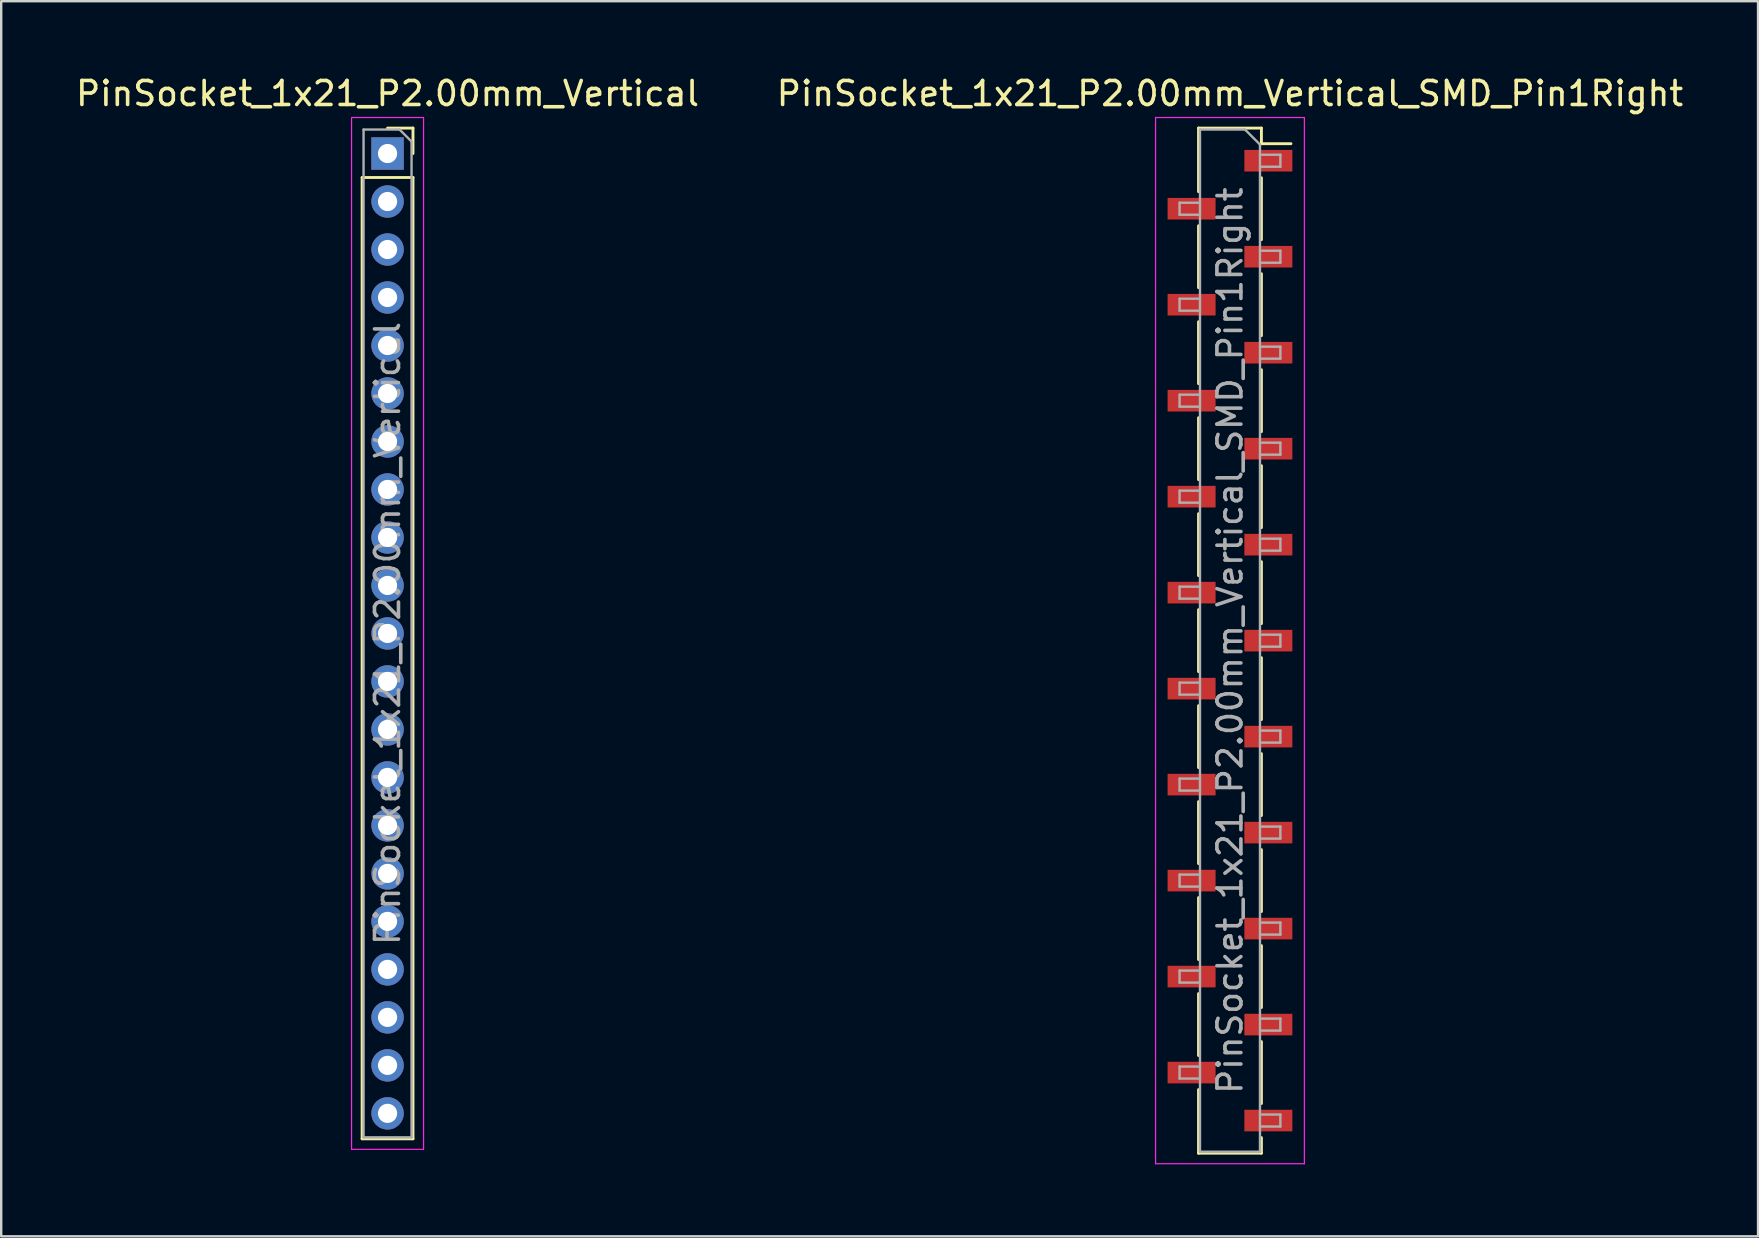
<source format=kicad_pcb>
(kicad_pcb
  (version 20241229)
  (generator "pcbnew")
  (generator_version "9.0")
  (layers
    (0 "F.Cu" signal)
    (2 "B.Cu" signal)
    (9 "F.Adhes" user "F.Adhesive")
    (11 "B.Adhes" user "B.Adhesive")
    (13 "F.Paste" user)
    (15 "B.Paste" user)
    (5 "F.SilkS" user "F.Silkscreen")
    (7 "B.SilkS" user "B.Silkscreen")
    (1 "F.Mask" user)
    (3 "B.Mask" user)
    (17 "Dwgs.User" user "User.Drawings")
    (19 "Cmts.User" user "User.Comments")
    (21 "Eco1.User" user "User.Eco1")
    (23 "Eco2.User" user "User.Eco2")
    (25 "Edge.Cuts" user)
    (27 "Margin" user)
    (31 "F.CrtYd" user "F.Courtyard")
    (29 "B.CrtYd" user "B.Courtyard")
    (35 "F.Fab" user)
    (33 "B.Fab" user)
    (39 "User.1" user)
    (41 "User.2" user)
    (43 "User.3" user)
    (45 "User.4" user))
  (footprint "PinSocket_1x21_P2.00mm_Vertical"
    (layer "F.Cu")
    (at 13.101 3.348)
    (property "Reference" "PinSocket_1x21_P2.00mm_Vertical" (at 0 -2.5 0) (layer "F.SilkS") (effects (font (size 1 1) (thickness 0.15))))
    (attr through_hole)
    (fp_line (start -1.06 1) (end -1.06 41.06) (stroke (width 0.12) (type solid)) (layer "F.SilkS"))
    (fp_line (start -1.06 1) (end 1.06 1) (stroke (width 0.12) (type solid)) (layer "F.SilkS"))
    (fp_line (start -1.06 41.06) (end 1.06 41.06) (stroke (width 0.12) (type solid)) (layer "F.SilkS"))
    (fp_line (start 0 -1.06) (end 1.06 -1.06) (stroke (width 0.12) (type solid)) (layer "F.SilkS"))
    (fp_line (start 1.06 -1.06) (end 1.06 0) (stroke (width 0.12) (type solid)) (layer "F.SilkS"))
    (fp_line (start 1.06 1) (end 1.06 41.06) (stroke (width 0.12) (type solid)) (layer "F.SilkS"))
    (fp_line (start -1.5 -1.5) (end 1.5 -1.5) (stroke (width 0.05) (type solid)) (layer "F.CrtYd"))
    (fp_line (start -1.5 41.5) (end -1.5 -1.5) (stroke (width 0.05) (type solid)) (layer "F.CrtYd"))
    (fp_line (start 1.5 -1.5) (end 1.5 41.5) (stroke (width 0.05) (type solid)) (layer "F.CrtYd"))
    (fp_line (start 1.5 41.5) (end -1.5 41.5) (stroke (width 0.05) (type solid)) (layer "F.CrtYd"))
    (fp_line (start -1 -1) (end 0.5 -1) (stroke (width 0.1) (type solid)) (layer "F.Fab"))
    (fp_line (start -1 41) (end -1 -1) (stroke (width 0.1) (type solid)) (layer "F.Fab"))
    (fp_line (start 0.5 -1) (end 1 -0.5) (stroke (width 0.1) (type solid)) (layer "F.Fab"))
    (fp_line (start 1 -0.5) (end 1 41) (stroke (width 0.1) (type solid)) (layer "F.Fab"))
    (fp_line (start 1 41) (end -1 41) (stroke (width 0.1) (type solid)) (layer "F.Fab"))
    (fp_text user "${REFERENCE}" (at 0 20 90) (layer "F.Fab") (effects (font (size 1 1) (thickness 0.15))))
    (pad "1" thru_hole rect (at 0 0) (size 1.35 1.35) (drill 0.8) (layers "*.Cu" "*.Mask"))
    (pad "2" thru_hole oval (at 0 2) (size 1.35 1.35) (drill 0.8) (layers "*.Cu" "*.Mask"))
    (pad "3" thru_hole oval (at 0 4) (size 1.35 1.35) (drill 0.8) (layers "*.Cu" "*.Mask"))
    (pad "4" thru_hole oval (at 0 6) (size 1.35 1.35) (drill 0.8) (layers "*.Cu" "*.Mask"))
    (pad "5" thru_hole oval (at 0 8) (size 1.35 1.35) (drill 0.8) (layers "*.Cu" "*.Mask"))
    (pad "6" thru_hole oval (at 0 10) (size 1.35 1.35) (drill 0.8) (layers "*.Cu" "*.Mask"))
    (pad "7" thru_hole oval (at 0 12) (size 1.35 1.35) (drill 0.8) (layers "*.Cu" "*.Mask"))
    (pad "8" thru_hole oval (at 0 14) (size 1.35 1.35) (drill 0.8) (layers "*.Cu" "*.Mask"))
    (pad "9" thru_hole oval (at 0 16) (size 1.35 1.35) (drill 0.8) (layers "*.Cu" "*.Mask"))
    (pad "10" thru_hole oval (at 0 18) (size 1.35 1.35) (drill 0.8) (layers "*.Cu" "*.Mask"))
    (pad "11" thru_hole oval (at 0 20) (size 1.35 1.35) (drill 0.8) (layers "*.Cu" "*.Mask"))
    (pad "12" thru_hole oval (at 0 22) (size 1.35 1.35) (drill 0.8) (layers "*.Cu" "*.Mask"))
    (pad "13" thru_hole oval (at 0 24) (size 1.35 1.35) (drill 0.8) (layers "*.Cu" "*.Mask"))
    (pad "14" thru_hole oval (at 0 26) (size 1.35 1.35) (drill 0.8) (layers "*.Cu" "*.Mask"))
    (pad "15" thru_hole oval (at 0 28) (size 1.35 1.35) (drill 0.8) (layers "*.Cu" "*.Mask"))
    (pad "16" thru_hole oval (at 0 30) (size 1.35 1.35) (drill 0.8) (layers "*.Cu" "*.Mask"))
    (pad "17" thru_hole oval (at 0 32) (size 1.35 1.35) (drill 0.8) (layers "*.Cu" "*.Mask"))
    (pad "18" thru_hole oval (at 0 34) (size 1.35 1.35) (drill 0.8) (layers "*.Cu" "*.Mask"))
    (pad "19" thru_hole oval (at 0 36) (size 1.35 1.35) (drill 0.8) (layers "*.Cu" "*.Mask"))
    (pad "20" thru_hole oval (at 0 38) (size 1.35 1.35) (drill 0.8) (layers "*.Cu" "*.Mask"))
    (pad "21" thru_hole oval (at 0 40) (size 1.35 1.35) (drill 0.8) (layers "*.Cu" "*.Mask")))
  (footprint "PinSocket_1x21_P2.00mm_Vertical_SMD_Pin1Right"
    (layer "F.Cu")
    (at 48.208 23.648)
    (property "Reference" "PinSocket_1x21_P2.00mm_Vertical_SMD_Pin1Right" (at 0 -22.8 0) (layer "F.SilkS") (effects (font (size 1 1) (thickness 0.15))))
    (attr smd)
    (fp_line (start -1.31 -21.36) (end -1.31 -18.71) (stroke (width 0.12) (type solid)) (layer "F.SilkS"))
    (fp_line (start -1.31 -21.36) (end 1.31 -21.36) (stroke (width 0.12) (type solid)) (layer "F.SilkS"))
    (fp_line (start -1.31 -17.29) (end -1.31 -14.71) (stroke (width 0.12) (type solid)) (layer "F.SilkS"))
    (fp_line (start -1.31 -13.29) (end -1.31 -10.71) (stroke (width 0.12) (type solid)) (layer "F.SilkS"))
    (fp_line (start -1.31 -9.29) (end -1.31 -6.71) (stroke (width 0.12) (type solid)) (layer "F.SilkS"))
    (fp_line (start -1.31 -5.29) (end -1.31 -2.71) (stroke (width 0.12) (type solid)) (layer "F.SilkS"))
    (fp_line (start -1.31 -1.29) (end -1.31 1.29) (stroke (width 0.12) (type solid)) (layer "F.SilkS"))
    (fp_line (start -1.31 2.71) (end -1.31 5.29) (stroke (width 0.12) (type solid)) (layer "F.SilkS"))
    (fp_line (start -1.31 6.71) (end -1.31 9.29) (stroke (width 0.12) (type solid)) (layer "F.SilkS"))
    (fp_line (start -1.31 10.71) (end -1.31 13.29) (stroke (width 0.12) (type solid)) (layer "F.SilkS"))
    (fp_line (start -1.31 14.71) (end -1.31 17.29) (stroke (width 0.12) (type solid)) (layer "F.SilkS"))
    (fp_line (start -1.31 18.71) (end -1.31 21.36) (stroke (width 0.12) (type solid)) (layer "F.SilkS"))
    (fp_line (start -1.31 21.36) (end 1.31 21.36) (stroke (width 0.12) (type solid)) (layer "F.SilkS"))
    (fp_line (start 1.31 -21.36) (end 1.31 -20.71) (stroke (width 0.12) (type solid)) (layer "F.SilkS"))
    (fp_line (start 1.31 -20.71) (end 2.54 -20.71) (stroke (width 0.12) (type solid)) (layer "F.SilkS"))
    (fp_line (start 1.31 -19.29) (end 1.31 -16.71) (stroke (width 0.12) (type solid)) (layer "F.SilkS"))
    (fp_line (start 1.31 -15.29) (end 1.31 -12.71) (stroke (width 0.12) (type solid)) (layer "F.SilkS"))
    (fp_line (start 1.31 -11.29) (end 1.31 -8.71) (stroke (width 0.12) (type solid)) (layer "F.SilkS"))
    (fp_line (start 1.31 -7.29) (end 1.31 -4.71) (stroke (width 0.12) (type solid)) (layer "F.SilkS"))
    (fp_line (start 1.31 -3.29) (end 1.31 -0.71) (stroke (width 0.12) (type solid)) (layer "F.SilkS"))
    (fp_line (start 1.31 0.71) (end 1.31 3.29) (stroke (width 0.12) (type solid)) (layer "F.SilkS"))
    (fp_line (start 1.31 4.71) (end 1.31 7.29) (stroke (width 0.12) (type solid)) (layer "F.SilkS"))
    (fp_line (start 1.31 8.71) (end 1.31 11.29) (stroke (width 0.12) (type solid)) (layer "F.SilkS"))
    (fp_line (start 1.31 12.71) (end 1.31 15.29) (stroke (width 0.12) (type solid)) (layer "F.SilkS"))
    (fp_line (start 1.31 16.71) (end 1.31 19.29) (stroke (width 0.12) (type solid)) (layer "F.SilkS"))
    (fp_line (start 1.31 20.71) (end 1.31 21.36) (stroke (width 0.12) (type solid)) (layer "F.SilkS"))
    (fp_line (start -3.1 -21.8) (end 3.1 -21.8) (stroke (width 0.05) (type solid)) (layer "F.CrtYd"))
    (fp_line (start -3.1 21.8) (end -3.1 -21.8) (stroke (width 0.05) (type solid)) (layer "F.CrtYd"))
    (fp_line (start 3.1 -21.8) (end 3.1 21.8) (stroke (width 0.05) (type solid)) (layer "F.CrtYd"))
    (fp_line (start 3.1 21.8) (end -3.1 21.8) (stroke (width 0.05) (type solid)) (layer "F.CrtYd"))
    (fp_line (start -2.1 -18.25) (end -1.25 -18.25) (stroke (width 0.1) (type solid)) (layer "F.Fab"))
    (fp_line (start -2.1 -17.75) (end -2.1 -18.25) (stroke (width 0.1) (type solid)) (layer "F.Fab"))
    (fp_line (start -2.1 -14.25) (end -1.25 -14.25) (stroke (width 0.1) (type solid)) (layer "F.Fab"))
    (fp_line (start -2.1 -13.75) (end -2.1 -14.25) (stroke (width 0.1) (type solid)) (layer "F.Fab"))
    (fp_line (start -2.1 -10.25) (end -1.25 -10.25) (stroke (width 0.1) (type solid)) (layer "F.Fab"))
    (fp_line (start -2.1 -9.75) (end -2.1 -10.25) (stroke (width 0.1) (type solid)) (layer "F.Fab"))
    (fp_line (start -2.1 -6.25) (end -1.25 -6.25) (stroke (width 0.1) (type solid)) (layer "F.Fab"))
    (fp_line (start -2.1 -5.75) (end -2.1 -6.25) (stroke (width 0.1) (type solid)) (layer "F.Fab"))
    (fp_line (start -2.1 -2.25) (end -1.25 -2.25) (stroke (width 0.1) (type solid)) (layer "F.Fab"))
    (fp_line (start -2.1 -1.75) (end -2.1 -2.25) (stroke (width 0.1) (type solid)) (layer "F.Fab"))
    (fp_line (start -2.1 1.75) (end -1.25 1.75) (stroke (width 0.1) (type solid)) (layer "F.Fab"))
    (fp_line (start -2.1 2.25) (end -2.1 1.75) (stroke (width 0.1) (type solid)) (layer "F.Fab"))
    (fp_line (start -2.1 5.75) (end -1.25 5.75) (stroke (width 0.1) (type solid)) (layer "F.Fab"))
    (fp_line (start -2.1 6.25) (end -2.1 5.75) (stroke (width 0.1) (type solid)) (layer "F.Fab"))
    (fp_line (start -2.1 9.75) (end -1.25 9.75) (stroke (width 0.1) (type solid)) (layer "F.Fab"))
    (fp_line (start -2.1 10.25) (end -2.1 9.75) (stroke (width 0.1) (type solid)) (layer "F.Fab"))
    (fp_line (start -2.1 13.75) (end -1.25 13.75) (stroke (width 0.1) (type solid)) (layer "F.Fab"))
    (fp_line (start -2.1 14.25) (end -2.1 13.75) (stroke (width 0.1) (type solid)) (layer "F.Fab"))
    (fp_line (start -2.1 17.75) (end -1.25 17.75) (stroke (width 0.1) (type solid)) (layer "F.Fab"))
    (fp_line (start -2.1 18.25) (end -2.1 17.75) (stroke (width 0.1) (type solid)) (layer "F.Fab"))
    (fp_line (start -1.25 -21.3) (end 0.625 -21.3) (stroke (width 0.1) (type solid)) (layer "F.Fab"))
    (fp_line (start -1.25 -17.75) (end -2.1 -17.75) (stroke (width 0.1) (type solid)) (layer "F.Fab"))
    (fp_line (start -1.25 -13.75) (end -2.1 -13.75) (stroke (width 0.1) (type solid)) (layer "F.Fab"))
    (fp_line (start -1.25 -9.75) (end -2.1 -9.75) (stroke (width 0.1) (type solid)) (layer "F.Fab"))
    (fp_line (start -1.25 -5.75) (end -2.1 -5.75) (stroke (width 0.1) (type solid)) (layer "F.Fab"))
    (fp_line (start -1.25 -1.75) (end -2.1 -1.75) (stroke (width 0.1) (type solid)) (layer "F.Fab"))
    (fp_line (start -1.25 2.25) (end -2.1 2.25) (stroke (width 0.1) (type solid)) (layer "F.Fab"))
    (fp_line (start -1.25 6.25) (end -2.1 6.25) (stroke (width 0.1) (type solid)) (layer "F.Fab"))
    (fp_line (start -1.25 10.25) (end -2.1 10.25) (stroke (width 0.1) (type solid)) (layer "F.Fab"))
    (fp_line (start -1.25 14.25) (end -2.1 14.25) (stroke (width 0.1) (type solid)) (layer "F.Fab"))
    (fp_line (start -1.25 18.25) (end -2.1 18.25) (stroke (width 0.1) (type solid)) (layer "F.Fab"))
    (fp_line (start -1.25 21.3) (end -1.25 -21.3) (stroke (width 0.1) (type solid)) (layer "F.Fab"))
    (fp_line (start 0.625 -21.3) (end 1.25 -20.675) (stroke (width 0.1) (type solid)) (layer "F.Fab"))
    (fp_line (start 1.25 -20.675) (end 1.25 21.3) (stroke (width 0.1) (type solid)) (layer "F.Fab"))
    (fp_line (start 1.25 -20.25) (end 2.1 -20.25) (stroke (width 0.1) (type solid)) (layer "F.Fab"))
    (fp_line (start 1.25 -16.25) (end 2.1 -16.25) (stroke (width 0.1) (type solid)) (layer "F.Fab"))
    (fp_line (start 1.25 -12.25) (end 2.1 -12.25) (stroke (width 0.1) (type solid)) (layer "F.Fab"))
    (fp_line (start 1.25 -8.25) (end 2.1 -8.25) (stroke (width 0.1) (type solid)) (layer "F.Fab"))
    (fp_line (start 1.25 -4.25) (end 2.1 -4.25) (stroke (width 0.1) (type solid)) (layer "F.Fab"))
    (fp_line (start 1.25 -0.25) (end 2.1 -0.25) (stroke (width 0.1) (type solid)) (layer "F.Fab"))
    (fp_line (start 1.25 3.75) (end 2.1 3.75) (stroke (width 0.1) (type solid)) (layer "F.Fab"))
    (fp_line (start 1.25 7.75) (end 2.1 7.75) (stroke (width 0.1) (type solid)) (layer "F.Fab"))
    (fp_line (start 1.25 11.75) (end 2.1 11.75) (stroke (width 0.1) (type solid)) (layer "F.Fab"))
    (fp_line (start 1.25 15.75) (end 2.1 15.75) (stroke (width 0.1) (type solid)) (layer "F.Fab"))
    (fp_line (start 1.25 19.75) (end 2.1 19.75) (stroke (width 0.1) (type solid)) (layer "F.Fab"))
    (fp_line (start 1.25 21.3) (end -1.25 21.3) (stroke (width 0.1) (type solid)) (layer "F.Fab"))
    (fp_line (start 2.1 -20.25) (end 2.1 -19.75) (stroke (width 0.1) (type solid)) (layer "F.Fab"))
    (fp_line (start 2.1 -19.75) (end 1.25 -19.75) (stroke (width 0.1) (type solid)) (layer "F.Fab"))
    (fp_line (start 2.1 -16.25) (end 2.1 -15.75) (stroke (width 0.1) (type solid)) (layer "F.Fab"))
    (fp_line (start 2.1 -15.75) (end 1.25 -15.75) (stroke (width 0.1) (type solid)) (layer "F.Fab"))
    (fp_line (start 2.1 -12.25) (end 2.1 -11.75) (stroke (width 0.1) (type solid)) (layer "F.Fab"))
    (fp_line (start 2.1 -11.75) (end 1.25 -11.75) (stroke (width 0.1) (type solid)) (layer "F.Fab"))
    (fp_line (start 2.1 -8.25) (end 2.1 -7.75) (stroke (width 0.1) (type solid)) (layer "F.Fab"))
    (fp_line (start 2.1 -7.75) (end 1.25 -7.75) (stroke (width 0.1) (type solid)) (layer "F.Fab"))
    (fp_line (start 2.1 -4.25) (end 2.1 -3.75) (stroke (width 0.1) (type solid)) (layer "F.Fab"))
    (fp_line (start 2.1 -3.75) (end 1.25 -3.75) (stroke (width 0.1) (type solid)) (layer "F.Fab"))
    (fp_line (start 2.1 -0.25) (end 2.1 0.25) (stroke (width 0.1) (type solid)) (layer "F.Fab"))
    (fp_line (start 2.1 0.25) (end 1.25 0.25) (stroke (width 0.1) (type solid)) (layer "F.Fab"))
    (fp_line (start 2.1 3.75) (end 2.1 4.25) (stroke (width 0.1) (type solid)) (layer "F.Fab"))
    (fp_line (start 2.1 4.25) (end 1.25 4.25) (stroke (width 0.1) (type solid)) (layer "F.Fab"))
    (fp_line (start 2.1 7.75) (end 2.1 8.25) (stroke (width 0.1) (type solid)) (layer "F.Fab"))
    (fp_line (start 2.1 8.25) (end 1.25 8.25) (stroke (width 0.1) (type solid)) (layer "F.Fab"))
    (fp_line (start 2.1 11.75) (end 2.1 12.25) (stroke (width 0.1) (type solid)) (layer "F.Fab"))
    (fp_line (start 2.1 12.25) (end 1.25 12.25) (stroke (width 0.1) (type solid)) (layer "F.Fab"))
    (fp_line (start 2.1 15.75) (end 2.1 16.25) (stroke (width 0.1) (type solid)) (layer "F.Fab"))
    (fp_line (start 2.1 16.25) (end 1.25 16.25) (stroke (width 0.1) (type solid)) (layer "F.Fab"))
    (fp_line (start 2.1 19.75) (end 2.1 20.25) (stroke (width 0.1) (type solid)) (layer "F.Fab"))
    (fp_line (start 2.1 20.25) (end 1.25 20.25) (stroke (width 0.1) (type solid)) (layer "F.Fab"))
    (fp_text user "${REFERENCE}" (at 0 0 90) (layer "F.Fab") (effects (font (size 1 1) (thickness 0.15))))
    (pad "1" smd rect (at 1.6 -20) (size 2 0.9) (layers "F.Cu" "F.Mask" "F.Paste"))
    (pad "2" smd rect (at -1.6 -18) (size 2 0.9) (layers "F.Cu" "F.Mask" "F.Paste"))
    (pad "3" smd rect (at 1.6 -16) (size 2 0.9) (layers "F.Cu" "F.Mask" "F.Paste"))
    (pad "4" smd rect (at -1.6 -14) (size 2 0.9) (layers "F.Cu" "F.Mask" "F.Paste"))
    (pad "5" smd rect (at 1.6 -12) (size 2 0.9) (layers "F.Cu" "F.Mask" "F.Paste"))
    (pad "6" smd rect (at -1.6 -10) (size 2 0.9) (layers "F.Cu" "F.Mask" "F.Paste"))
    (pad "7" smd rect (at 1.6 -8) (size 2 0.9) (layers "F.Cu" "F.Mask" "F.Paste"))
    (pad "8" smd rect (at -1.6 -6) (size 2 0.9) (layers "F.Cu" "F.Mask" "F.Paste"))
    (pad "9" smd rect (at 1.6 -4) (size 2 0.9) (layers "F.Cu" "F.Mask" "F.Paste"))
    (pad "10" smd rect (at -1.6 -2) (size 2 0.9) (layers "F.Cu" "F.Mask" "F.Paste"))
    (pad "11" smd rect (at 1.6 0) (size 2 0.9) (layers "F.Cu" "F.Mask" "F.Paste"))
    (pad "12" smd rect (at -1.6 2) (size 2 0.9) (layers "F.Cu" "F.Mask" "F.Paste"))
    (pad "13" smd rect (at 1.6 4) (size 2 0.9) (layers "F.Cu" "F.Mask" "F.Paste"))
    (pad "14" smd rect (at -1.6 6) (size 2 0.9) (layers "F.Cu" "F.Mask" "F.Paste"))
    (pad "15" smd rect (at 1.6 8) (size 2 0.9) (layers "F.Cu" "F.Mask" "F.Paste"))
    (pad "16" smd rect (at -1.6 10) (size 2 0.9) (layers "F.Cu" "F.Mask" "F.Paste"))
    (pad "17" smd rect (at 1.6 12) (size 2 0.9) (layers "F.Cu" "F.Mask" "F.Paste"))
    (pad "18" smd rect (at -1.6 14) (size 2 0.9) (layers "F.Cu" "F.Mask" "F.Paste"))
    (pad "19" smd rect (at 1.6 16) (size 2 0.9) (layers "F.Cu" "F.Mask" "F.Paste"))
    (pad "20" smd rect (at -1.6 18) (size 2 0.9) (layers "F.Cu" "F.Mask" "F.Paste"))
    (pad "21" smd rect (at 1.6 20) (size 2 0.9) (layers "F.Cu" "F.Mask" "F.Paste")))
  (gr_rect
    (start -3 -3)
    (end 70.214 48.473)
    (stroke (width 0.1) (type default))
    (fill no)
    (layer "Edge.Cuts")))
</source>
